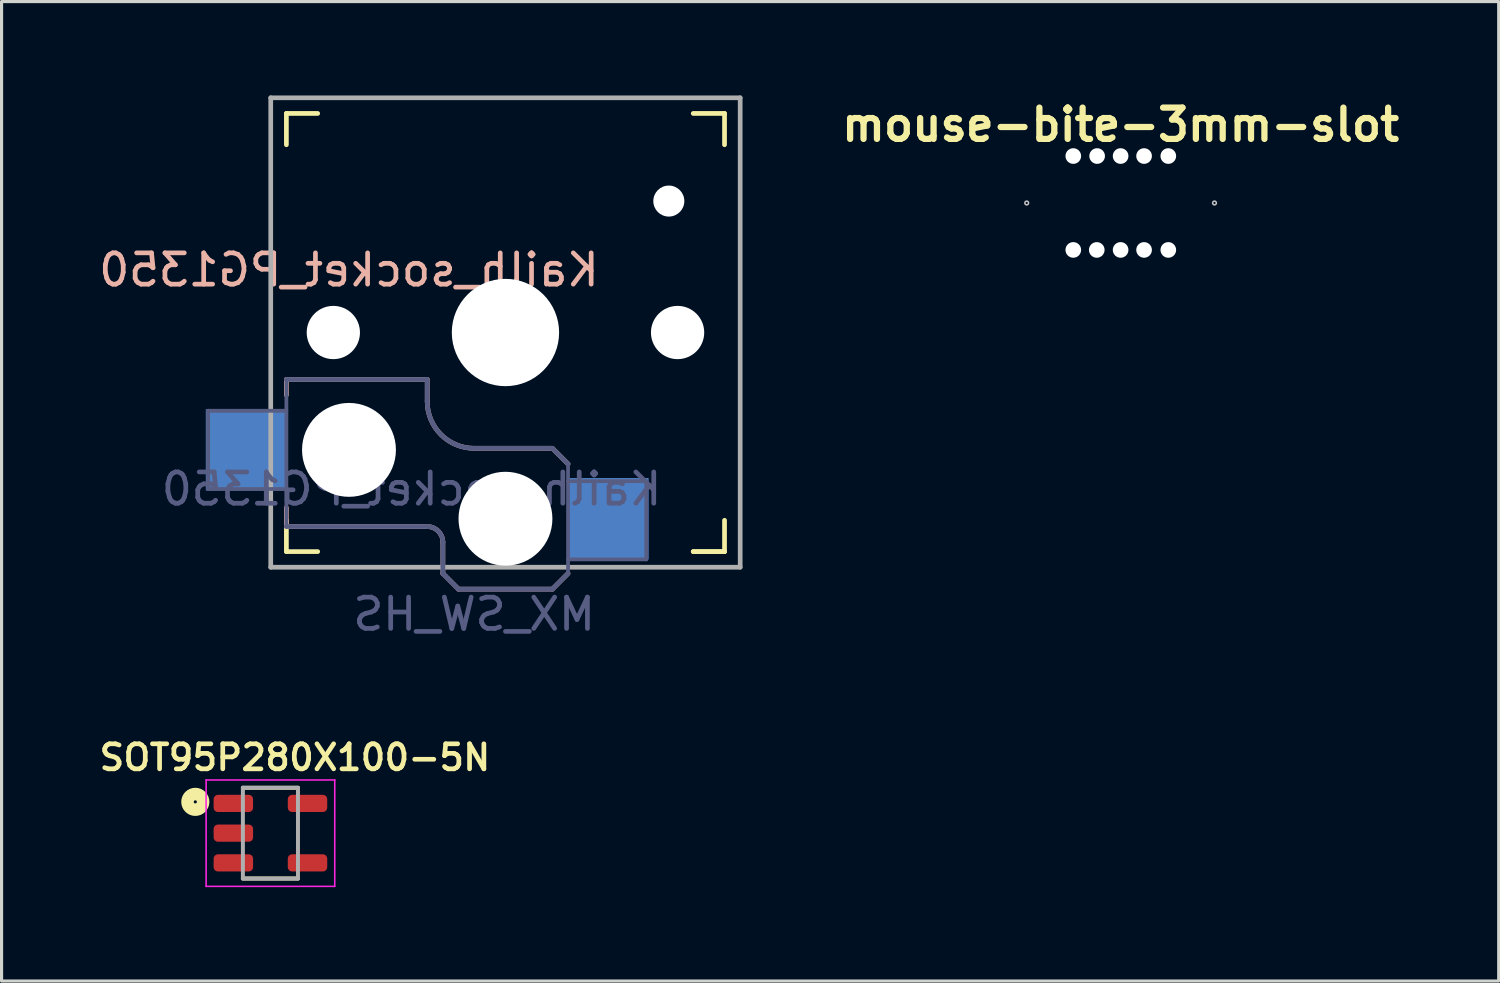
<source format=kicad_pcb>
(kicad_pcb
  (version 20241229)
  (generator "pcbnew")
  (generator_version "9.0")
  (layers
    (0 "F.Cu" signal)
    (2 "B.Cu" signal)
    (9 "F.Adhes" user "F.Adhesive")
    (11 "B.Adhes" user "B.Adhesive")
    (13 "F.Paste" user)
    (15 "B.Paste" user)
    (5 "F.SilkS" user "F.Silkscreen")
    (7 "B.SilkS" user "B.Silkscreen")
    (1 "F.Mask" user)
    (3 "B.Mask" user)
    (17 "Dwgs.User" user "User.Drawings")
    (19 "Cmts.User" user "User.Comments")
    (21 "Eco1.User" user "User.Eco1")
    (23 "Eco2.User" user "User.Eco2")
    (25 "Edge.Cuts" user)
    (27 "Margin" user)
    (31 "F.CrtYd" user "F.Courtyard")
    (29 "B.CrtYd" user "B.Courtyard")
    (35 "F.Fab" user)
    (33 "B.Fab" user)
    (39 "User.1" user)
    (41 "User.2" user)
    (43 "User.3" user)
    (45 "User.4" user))
  (footprint "Kailh_socket_PG1350"
    (layer "F.Cu")
    (at 13.101 7.575)
    (property "Reference" "Kailh_socket_PG1350" (at -5 -2 180) (layer "B.SilkS") (effects (font (size 1 1) (thickness 0.15)) (justify mirror)))
    (property "Value" "MX_SW_HS" (at 0 8.255 180) (layer "F.Fab") (hide yes) (effects (font (size 1 1) (thickness 0.15))))
    (attr smd)
    (fp_line (start -7 7) (end -7 6) (stroke (width 0.15) (type solid)) (layer "F.SilkS"))
    (fp_line (start -7 7) (end -6 7) (stroke (width 0.15) (type solid)) (layer "F.SilkS"))
    (fp_line (start -7 -6) (end -7 -7) (stroke (width 0.15) (type solid)) (layer "F.SilkS"))
    (fp_line (start -6 -7) (end -7 -7) (stroke (width 0.15) (type solid)) (layer "F.SilkS"))
    (fp_line (start 6 7) (end 7 7) (stroke (width 0.15) (type solid)) (layer "F.SilkS"))
    (fp_line (start 7 6) (end 7 7) (stroke (width 0.15) (type solid)) (layer "F.SilkS"))
    (fp_line (start 7 -7) (end 6 -7) (stroke (width 0.15) (type solid)) (layer "F.SilkS"))
    (fp_line (start 7 -7) (end 7 -6) (stroke (width 0.15) (type solid)) (layer "F.SilkS"))
    (fp_line (start 7 7) (end 6 7) (stroke (width 0.15) (type solid)) (layer "F.SilkS"))
    (fp_line (start -7 1.5) (end -7 2) (stroke (width 0.15) (type solid)) (layer "B.SilkS"))
    (fp_line (start -7 5.6) (end -7 6.2) (stroke (width 0.15) (type solid)) (layer "B.SilkS"))
    (fp_line (start -7 6.2) (end -2.5 6.2) (stroke (width 0.15) (type solid)) (layer "B.SilkS"))
    (fp_line (start -2.5 1.5) (end -7 1.5) (stroke (width 0.15) (type solid)) (layer "B.SilkS"))
    (fp_line (start -2.5 2.2) (end -2.5 1.5) (stroke (width 0.15) (type solid)) (layer "B.SilkS"))
    (fp_line (start -2 6.7) (end -2 7.7) (stroke (width 0.15) (type solid)) (layer "B.SilkS"))
    (fp_line (start -1.5 8.2) (end -2 7.7) (stroke (width 0.15) (type solid)) (layer "B.SilkS"))
    (fp_line (start 1.5 3.7) (end -1 3.7) (stroke (width 0.15) (type solid)) (layer "B.SilkS"))
    (fp_line (start 1.5 8.2) (end -1.5 8.2) (stroke (width 0.15) (type solid)) (layer "B.SilkS"))
    (fp_line (start 2 4.2) (end 1.5 3.7) (stroke (width 0.15) (type solid)) (layer "B.SilkS"))
    (fp_line (start 2 7.7) (end 1.5 8.2) (stroke (width 0.15) (type solid)) (layer "B.SilkS"))
    (fp_arc (start -2.5 6.2) (mid -2.146447 6.346447) (end -2 6.7) (stroke (width 0.15) (type solid)) (layer "B.SilkS"))
    (fp_arc (start -0.999997 3.7) (mid -2.060659 3.260661) (end -2.5 2.2) (stroke (width 0.15) (type solid)) (layer "B.SilkS"))
    (fp_line (start -6.9 6.9) (end -6.9 -6.9) (stroke (width 0.15) (type solid)) (layer "Eco2.User"))
    (fp_line (start -6.9 6.9) (end 6.9 6.9) (stroke (width 0.15) (type solid)) (layer "Eco2.User"))
    (fp_line (start -2.6 -3.1) (end -2.6 -6.3) (stroke (width 0.15) (type solid)) (layer "Eco2.User"))
    (fp_line (start -2.6 -3.1) (end 2.6 -3.1) (stroke (width 0.15) (type solid)) (layer "Eco2.User"))
    (fp_line (start 2.6 -6.3) (end -2.6 -6.3) (stroke (width 0.15) (type solid)) (layer "Eco2.User"))
    (fp_line (start 2.6 -3.1) (end 2.6 -6.3) (stroke (width 0.15) (type solid)) (layer "Eco2.User"))
    (fp_line (start 6.9 -6.9) (end -6.9 -6.9) (stroke (width 0.15) (type solid)) (layer "Eco2.User"))
    (fp_line (start 6.9 -6.9) (end 6.9 6.9) (stroke (width 0.15) (type solid)) (layer "Eco2.User"))
    (fp_line (start -9.5 2.5) (end -7 2.5) (stroke (width 0.12) (type solid)) (layer "B.Fab"))
    (fp_line (start -9.5 5) (end -9.5 2.5) (stroke (width 0.12) (type solid)) (layer "B.Fab"))
    (fp_line (start -7 1.5) (end -7 6.2) (stroke (width 0.12) (type solid)) (layer "B.Fab"))
    (fp_line (start -7 5) (end -9.5 5) (stroke (width 0.12) (type solid)) (layer "B.Fab"))
    (fp_line (start -7 6.2) (end -2.5 6.2) (stroke (width 0.15) (type solid)) (layer "B.Fab"))
    (fp_line (start -2.5 1.5) (end -7 1.5) (stroke (width 0.15) (type solid)) (layer "B.Fab"))
    (fp_line (start -2.5 2.2) (end -2.5 1.5) (stroke (width 0.15) (type solid)) (layer "B.Fab"))
    (fp_line (start -2 6.7) (end -2 7.7) (stroke (width 0.15) (type solid)) (layer "B.Fab"))
    (fp_line (start -1.5 8.2) (end -2 7.7) (stroke (width 0.15) (type solid)) (layer "B.Fab"))
    (fp_line (start 1.5 3.7) (end -1 3.7) (stroke (width 0.15) (type solid)) (layer "B.Fab"))
    (fp_line (start 1.5 8.2) (end -1.5 8.2) (stroke (width 0.15) (type solid)) (layer "B.Fab"))
    (fp_line (start 2 4.2) (end 1.5 3.7) (stroke (width 0.15) (type solid)) (layer "B.Fab"))
    (fp_line (start 2 4.25) (end 2 7.7) (stroke (width 0.12) (type solid)) (layer "B.Fab"))
    (fp_line (start 2 4.75) (end 4.5 4.75) (stroke (width 0.12) (type solid)) (layer "B.Fab"))
    (fp_line (start 2 7.7) (end 1.5 8.2) (stroke (width 0.15) (type solid)) (layer "B.Fab"))
    (fp_line (start 4.5 4.75) (end 4.5 7.25) (stroke (width 0.12) (type solid)) (layer "B.Fab"))
    (fp_line (start 4.5 7.25) (end 2 7.25) (stroke (width 0.12) (type solid)) (layer "B.Fab"))
    (fp_arc (start -2.5 6.2) (mid -2.146447 6.346447) (end -2 6.7) (stroke (width 0.15) (type solid)) (layer "B.Fab"))
    (fp_arc (start -0.999997 3.7) (mid -2.060659 3.260661) (end -2.5 2.2) (stroke (width 0.15) (type solid)) (layer "B.Fab"))
    (fp_line (start -7.5 -7.5) (end 7.5 -7.5) (stroke (width 0.15) (type solid)) (layer "F.Fab"))
    (fp_line (start -7.5 7.5) (end -7.5 -7.5) (stroke (width 0.15) (type solid)) (layer "F.Fab"))
    (fp_line (start 7.5 -7.5) (end 7.5 7.5) (stroke (width 0.15) (type solid)) (layer "F.Fab"))
    (fp_line (start 7.5 7.5) (end -7.5 7.5) (stroke (width 0.15) (type solid)) (layer "F.Fab"))
    (fp_text user "${VALUE}" (at -1 9 180) (layer "B.Fab") (effects (font (size 1 1) (thickness 0.15)) (justify mirror)))
    (fp_text user "${REFERENCE}" (at -3 5 180) (layer "B.Fab") (effects (font (size 1 1) (thickness 0.15)) (justify mirror)))
    (pad "" np_thru_hole circle (at -5.5 0) (size 1.702 1.702) (drill 1.702) (layers "*.Cu" "*.Mask"))
    (pad "" np_thru_hole circle (at -5 3.75) (size 3 3) (drill 3) (layers "*.Cu" "*.Mask"))
    (pad "" np_thru_hole circle (at 0 0) (size 3.429 3.429) (drill 3.429) (layers "*.Cu" "*.Mask"))
    (pad "" np_thru_hole circle (at 0 5.95) (size 3 3) (drill 3) (layers "*.Cu" "*.Mask"))
    (pad "" np_thru_hole circle (at 5.22 -4.2) (size 0.991 0.991) (drill 0.991) (layers "*.Cu" "*.Mask"))
    (pad "" np_thru_hole circle (at 5.5 0) (size 1.702 1.702) (drill 1.702) (layers "*.Cu" "*.Mask"))
    (pad "1" smd rect (at 3.275 5.95) (size 2.6 2.6) (layers "B.Cu" "B.Mask" "B.Paste"))
    (pad "2" smd rect (at -8.275 3.75) (size 2.6 2.6) (layers "B.Cu" "B.Mask" "B.Paste")))
  (footprint "mouse-bite-3mm-slot"
    (layer "F.Cu")
    (at 32.757 3.436)
    (property "Reference" "mouse-bite-3mm-slot" (at 0 -2.5 0) (layer "F.SilkS") (effects (font (size 1 1) (thickness 0.2))))
    (attr through_hole)
    (fp_circle (center -3 0) (end -3 -0.06) (stroke (width 0.05) (type solid)) (fill no) (layer "Dwgs.User"))
    (fp_circle (center 3 0) (end 3.06 0) (stroke (width 0.05) (type solid)) (fill no) (layer "Dwgs.User"))
    (fp_line (start -3 0) (end -3 0) (stroke (width 3) (type solid)) (layer "Eco1.User"))
    (fp_line (start 3 0) (end 3 0) (stroke (width 3) (type solid)) (layer "Eco1.User"))
    (pad "" np_thru_hole circle (at -1.512 -1.5) (size 0.5 0.5) (drill 0.5) (layers "*.Cu" "*.Mask"))
    (pad "" np_thru_hole circle (at -1.512 1.5) (size 0.5 0.5) (drill 0.5) (layers "*.Cu" "*.Mask"))
    (pad "" np_thru_hole circle (at -0.762 1.5) (size 0.5 0.5) (drill 0.5) (layers "*.Cu" "*.Mask"))
    (pad "" np_thru_hole circle (at -0.75 -1.5) (size 0.5 0.5) (drill 0.5) (layers "*.Cu" "*.Mask"))
    (pad "" np_thru_hole circle (at 0 -1.5) (size 0.5 0.5) (drill 0.5) (layers "*.Cu" "*.Mask"))
    (pad "" np_thru_hole circle (at 0 1.5) (size 0.5 0.5) (drill 0.5) (layers "*.Cu" "*.Mask"))
    (pad "" np_thru_hole circle (at 0.75 -1.5) (size 0.5 0.5) (drill 0.5) (layers "*.Cu" "*.Mask"))
    (pad "" np_thru_hole circle (at 0.75 1.5) (size 0.5 0.5) (drill 0.5) (layers "*.Cu" "*.Mask"))
    (pad "" np_thru_hole circle (at 1.524 -1.5) (size 0.5 0.5) (drill 0.5) (layers "*.Cu" "*.Mask"))
    (pad "" np_thru_hole circle (at 1.524 1.5) (size 0.5 0.5) (drill 0.5) (layers "*.Cu" "*.Mask")))
  (footprint "SOT95P280X100-5N"
    (layer "F.Cu")
    (at 5.591 23.572)
    (property "Reference" "SOT95P280X100-5N" (at 0.782 -2.418 0) (layer "F.SilkS") (effects (font (size 0.8 0.8) (thickness 0.15))))
    (attr smd)
    (fp_line (start -0.88 -1.45) (end 0.88 -1.45) (stroke (width 0.127) (type solid)) (layer "F.SilkS"))
    (fp_line (start -0.88 1.45) (end 0.88 1.45) (stroke (width 0.127) (type solid)) (layer "F.SilkS"))
    (fp_circle (center -2.4 -1) (end -2.35 -1) (stroke (width 0.4) (type solid)) (fill no) (layer "F.SilkS"))
    (fp_line (start -2.055 -1.7) (end 2.055 -1.7) (stroke (width 0.05) (type solid)) (layer "F.CrtYd"))
    (fp_line (start -2.055 1.7) (end -2.055 -1.7) (stroke (width 0.05) (type solid)) (layer "F.CrtYd"))
    (fp_line (start 2.055 -1.7) (end 2.055 1.7) (stroke (width 0.05) (type solid)) (layer "F.CrtYd"))
    (fp_line (start 2.055 1.7) (end -2.055 1.7) (stroke (width 0.05) (type solid)) (layer "F.CrtYd"))
    (fp_line (start -0.88 -1.45) (end -0.88 1.45) (stroke (width 0.127) (type solid)) (layer "F.Fab"))
    (fp_line (start -0.88 1.45) (end 0.88 1.45) (stroke (width 0.127) (type solid)) (layer "F.Fab"))
    (fp_line (start 0.88 -1.45) (end -0.88 -1.45) (stroke (width 0.127) (type solid)) (layer "F.Fab"))
    (fp_line (start 0.88 1.45) (end 0.88 -1.45) (stroke (width 0.127) (type solid)) (layer "F.Fab"))
    (pad "1" smd roundrect (at -1.185 -0.95) (size 1.26 0.55) (layers "F.Cu" "F.Mask" "F.Paste") (roundrect_rratio 0.25))
    (pad "2" smd roundrect (at -1.185 0) (size 1.26 0.55) (layers "F.Cu" "F.Mask" "F.Paste") (roundrect_rratio 0.25))
    (pad "3" smd roundrect (at -1.185 0.95) (size 1.26 0.55) (layers "F.Cu" "F.Mask" "F.Paste") (roundrect_rratio 0.25))
    (pad "4" smd roundrect (at 1.185 0.95) (size 1.26 0.55) (layers "F.Cu" "F.Mask" "F.Paste") (roundrect_rratio 0.25))
    (pad "5" smd roundrect (at 1.185 -0.95) (size 1.26 0.55) (layers "F.Cu" "F.Mask" "F.Paste") (roundrect_rratio 0.25)))
  (gr_rect
    (start -3 -3)
    (end 44.838 28.297)
    (stroke (width 0.1) (type default))
    (fill no)
    (layer "Edge.Cuts")))
</source>
